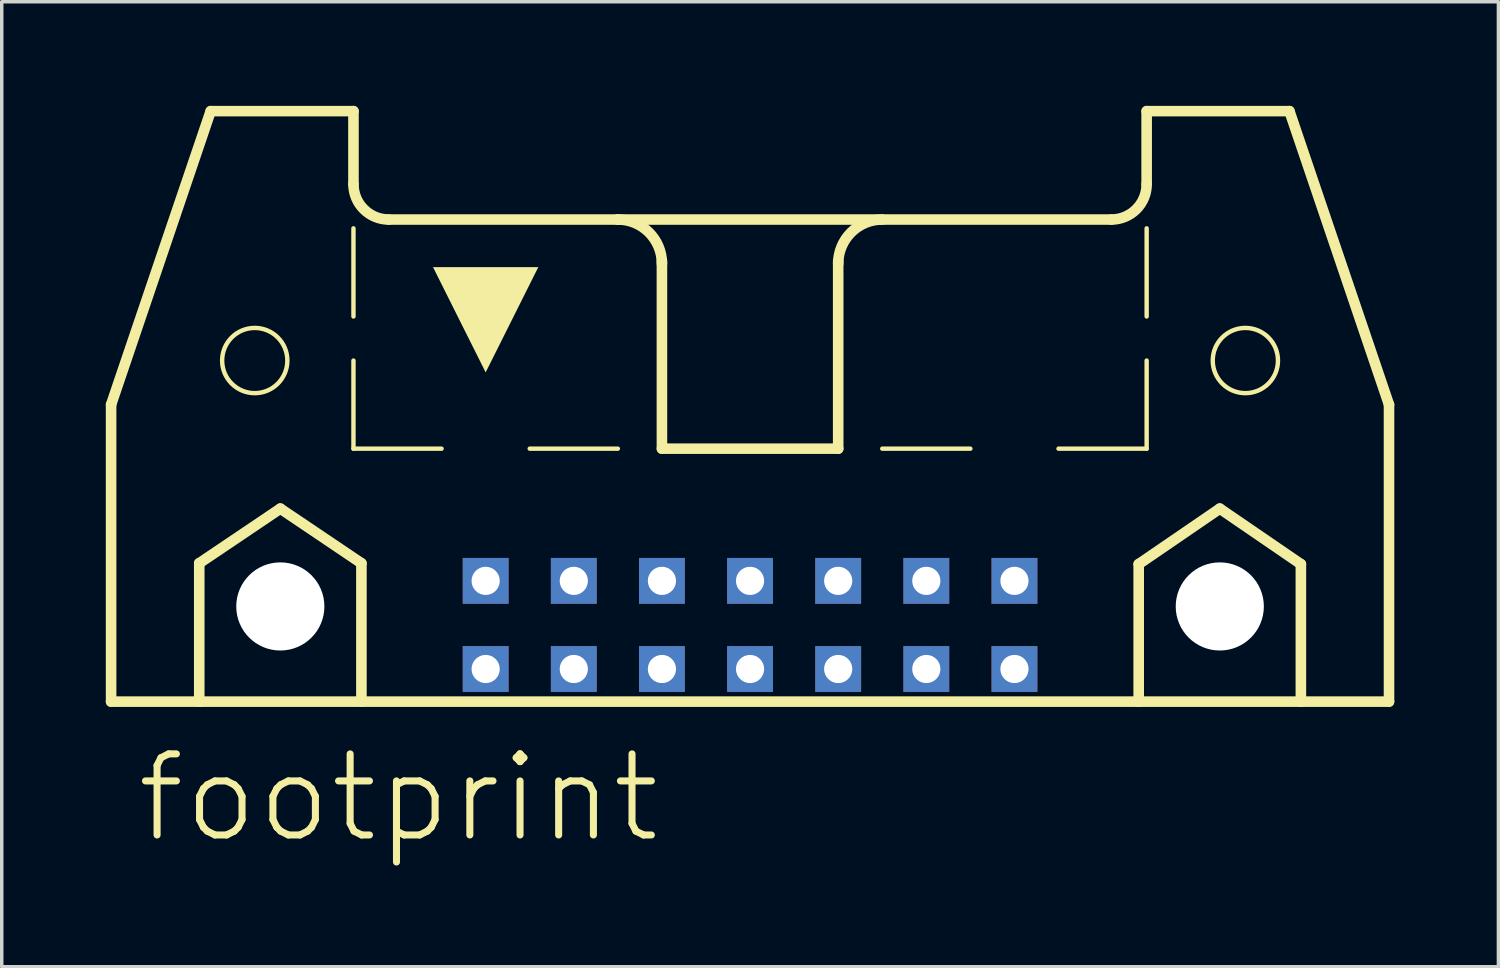
<source format=kicad_pcb>
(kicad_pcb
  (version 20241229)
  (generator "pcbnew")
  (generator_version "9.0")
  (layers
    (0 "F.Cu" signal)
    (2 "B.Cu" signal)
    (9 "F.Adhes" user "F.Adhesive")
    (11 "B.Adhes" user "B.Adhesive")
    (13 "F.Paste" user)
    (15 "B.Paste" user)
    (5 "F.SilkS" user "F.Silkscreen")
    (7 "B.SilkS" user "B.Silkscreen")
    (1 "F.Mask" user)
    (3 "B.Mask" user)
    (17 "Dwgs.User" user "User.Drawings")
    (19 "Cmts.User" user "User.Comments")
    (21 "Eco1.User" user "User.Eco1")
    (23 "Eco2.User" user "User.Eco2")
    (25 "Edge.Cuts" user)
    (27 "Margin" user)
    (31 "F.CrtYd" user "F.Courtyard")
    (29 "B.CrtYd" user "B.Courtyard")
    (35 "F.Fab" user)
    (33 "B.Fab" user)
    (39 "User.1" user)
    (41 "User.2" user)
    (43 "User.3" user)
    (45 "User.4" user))
  (footprint "footprint"
    (layer "F.Cu")
    (at 18.567 11.151)
    (property "Reference" "footprint" (at -17.78 10.16 0) (layer "F.SilkS") (effects (font (size 2.337 2.337) (thickness 0.203)) (justify left bottom)))
    (fp_line (start -18.415 -2.54) (end -18.415 6.02) (stroke (width 0.305) (type solid)) (layer "F.SilkS"))
    (fp_line (start -18.415 -2.54) (end -15.545 -10.998) (stroke (width 0.305) (type solid)) (layer "F.SilkS"))
    (fp_line (start -18.415 6.02) (end -15.875 6.02) (stroke (width 0.305) (type solid)) (layer "F.SilkS"))
    (fp_line (start -15.875 2.032) (end -13.538 0.457) (stroke (width 0.305) (type solid)) (layer "F.SilkS"))
    (fp_line (start -15.875 6.02) (end -15.875 2.032) (stroke (width 0.305) (type solid)) (layer "F.SilkS"))
    (fp_line (start -15.875 6.02) (end -11.201 6.02) (stroke (width 0.305) (type solid)) (layer "F.SilkS"))
    (fp_line (start -13.538 0.457) (end -11.201 2.032) (stroke (width 0.305) (type solid)) (layer "F.SilkS"))
    (fp_line (start -11.43 -10.998) (end -15.545 -10.998) (stroke (width 0.305) (type solid)) (layer "F.SilkS"))
    (fp_line (start -11.43 -8.89) (end -11.43 -10.998) (stroke (width 0.305) (type solid)) (layer "F.SilkS"))
    (fp_line (start -11.43 -5.08) (end -11.43 -7.62) (stroke (width 0.127) (type solid)) (layer "F.SilkS"))
    (fp_line (start -11.43 -1.27) (end -11.43 -3.81) (stroke (width 0.127) (type solid)) (layer "F.SilkS"))
    (fp_line (start -11.43 -1.27) (end -8.89 -1.27) (stroke (width 0.127) (type solid)) (layer "F.SilkS"))
    (fp_line (start -11.201 2.032) (end -11.201 6.02) (stroke (width 0.305) (type solid)) (layer "F.SilkS"))
    (fp_line (start -11.201 6.02) (end 11.201 6.02) (stroke (width 0.305) (type solid)) (layer "F.SilkS"))
    (fp_line (start -6.35 -1.27) (end -3.81 -1.27) (stroke (width 0.127) (type solid)) (layer "F.SilkS"))
    (fp_line (start -3.81 -7.874) (end -10.414 -7.874) (stroke (width 0.305) (type solid)) (layer "F.SilkS"))
    (fp_line (start -3.81 -7.874) (end 10.414 -7.874) (stroke (width 0.305) (type solid)) (layer "F.SilkS"))
    (fp_line (start -2.54 -1.27) (end -2.54 -6.68) (stroke (width 0.305) (type solid)) (layer "F.SilkS"))
    (fp_line (start 0 -1.27) (end 2.54 -1.27) (stroke (width 0.127) (type solid)) (layer "F.SilkS"))
    (fp_line (start 2.54 -1.27) (end -2.54 -1.27) (stroke (width 0.305) (type solid)) (layer "F.SilkS"))
    (fp_line (start 2.54 -1.27) (end 2.54 -6.68) (stroke (width 0.305) (type solid)) (layer "F.SilkS"))
    (fp_line (start 6.35 -1.27) (end 3.81 -1.27) (stroke (width 0.127) (type solid)) (layer "F.SilkS"))
    (fp_line (start 11.201 2.057) (end 13.538 0.457) (stroke (width 0.305) (type solid)) (layer "F.SilkS"))
    (fp_line (start 11.201 6.02) (end 11.201 2.057) (stroke (width 0.305) (type solid)) (layer "F.SilkS"))
    (fp_line (start 11.201 6.02) (end 15.875 6.02) (stroke (width 0.305) (type solid)) (layer "F.SilkS"))
    (fp_line (start 11.43 -10.998) (end 15.545 -10.998) (stroke (width 0.305) (type solid)) (layer "F.SilkS"))
    (fp_line (start 11.43 -8.89) (end 11.43 -10.998) (stroke (width 0.305) (type solid)) (layer "F.SilkS"))
    (fp_line (start 11.43 -5.08) (end 11.43 -7.62) (stroke (width 0.127) (type solid)) (layer "F.SilkS"))
    (fp_line (start 11.43 -1.27) (end 8.89 -1.27) (stroke (width 0.127) (type solid)) (layer "F.SilkS"))
    (fp_line (start 11.43 -1.27) (end 11.43 -3.81) (stroke (width 0.127) (type solid)) (layer "F.SilkS"))
    (fp_line (start 13.538 0.457) (end 15.875 2.057) (stroke (width 0.305) (type solid)) (layer "F.SilkS"))
    (fp_line (start 15.875 2.057) (end 15.875 6.02) (stroke (width 0.305) (type solid)) (layer "F.SilkS"))
    (fp_line (start 15.875 6.02) (end 18.415 6.02) (stroke (width 0.305) (type solid)) (layer "F.SilkS"))
    (fp_line (start 18.415 -2.54) (end 15.545 -10.998) (stroke (width 0.305) (type solid)) (layer "F.SilkS"))
    (fp_line (start 18.415 6.02) (end 18.415 -2.54) (stroke (width 0.305) (type solid)) (layer "F.SilkS"))
    (fp_arc (start -10.414 -7.874) (mid -11.13242 -8.17158) (end -11.43 -8.89) (stroke (width 0.3048) (type solid)) (layer "F.SilkS"))
    (fp_arc (start -3.81 -7.874) (mid -2.911974 -7.502026) (end -2.54 -6.604) (stroke (width 0.3048) (type solid)) (layer "F.SilkS"))
    (fp_arc (start 2.54 -6.604) (mid 2.911974 -7.502026) (end 3.81 -7.874) (stroke (width 0.3048) (type solid)) (layer "F.SilkS"))
    (fp_arc (start 11.43 -8.89) (mid 11.13242 -8.17158) (end 10.414 -7.874) (stroke (width 0.3048) (type solid)) (layer "F.SilkS"))
    (fp_circle (center -14.275 -3.81) (end -13.335 -3.81) (stroke (width 0.127) (type solid)) (fill no) (layer "F.SilkS"))
    (fp_circle (center 14.275 -3.81) (end 15.215 -3.81) (stroke (width 0.127) (type solid)) (fill no) (layer "F.SilkS"))
    (fp_poly (pts (xy -7.62 -3.469) (xy -9.137 -6.502) (xy -6.103 -6.502)) (stroke (width 0) (type solid)) (fill yes) (layer "F.SilkS"))
    (pad "" np_thru_hole circle (at -13.538 3.277) (size 2.54 2.54) (drill 2.54) (layers "*.Cu" "*.Mask"))
    (pad "" np_thru_hole circle (at 13.538 3.277) (size 2.54 2.54) (drill 2.54) (layers "*.Cu" "*.Mask"))
    (pad "1" thru_hole rect (at -7.62 5.08) (size 1.321 1.321) (drill 0.813) (layers "*.Cu" "*.Mask"))
    (pad "2" thru_hole rect (at -7.62 2.54) (size 1.321 1.321) (drill 0.813) (layers "*.Cu" "*.Mask"))
    (pad "3" thru_hole rect (at -5.08 5.08) (size 1.321 1.321) (drill 0.813) (layers "*.Cu" "*.Mask"))
    (pad "4" thru_hole rect (at -5.08 2.54) (size 1.321 1.321) (drill 0.813) (layers "*.Cu" "*.Mask"))
    (pad "5" thru_hole rect (at -2.54 5.08) (size 1.321 1.321) (drill 0.813) (layers "*.Cu" "*.Mask"))
    (pad "6" thru_hole rect (at -2.54 2.54) (size 1.321 1.321) (drill 0.813) (layers "*.Cu" "*.Mask"))
    (pad "7" thru_hole rect (at 0 5.08) (size 1.321 1.321) (drill 0.813) (layers "*.Cu" "*.Mask"))
    (pad "8" thru_hole rect (at 0 2.54) (size 1.321 1.321) (drill 0.813) (layers "*.Cu" "*.Mask"))
    (pad "9" thru_hole rect (at 2.54 5.08) (size 1.321 1.321) (drill 0.813) (layers "*.Cu" "*.Mask"))
    (pad "10" thru_hole rect (at 2.54 2.54) (size 1.321 1.321) (drill 0.813) (layers "*.Cu" "*.Mask"))
    (pad "11" thru_hole rect (at 5.08 5.08) (size 1.321 1.321) (drill 0.813) (layers "*.Cu" "*.Mask"))
    (pad "12" thru_hole rect (at 5.08 2.54) (size 1.321 1.321) (drill 0.813) (layers "*.Cu" "*.Mask"))
    (pad "13" thru_hole rect (at 7.62 5.08) (size 1.321 1.321) (drill 0.813) (layers "*.Cu" "*.Mask"))
    (pad "14" thru_hole rect (at 7.62 2.54) (size 1.321 1.321) (drill 0.813) (layers "*.Cu" "*.Mask"))
    (zone (net_name "") (layer "B.Cu") (hatch edge 0.508) (connect_pads) (min_thickness 0.254) (filled_areas_thickness no) (keepout (tracks not_allowed) (vias not_allowed) (pads not_allowed) (copperpour not_allowed) (footprints allowed)) (placement (enabled no)) (fill) (polygon (pts (xy 7.595 14.427) (xy 7.556 13.982) (xy 7.44 13.55) (xy 7.251 13.145) (xy 6.994 12.778) (xy 6.678 12.462) (xy 6.312 12.205) (xy 5.907 12.017) (xy 5.475 11.901) (xy 5.029 11.862) (xy 4.584 11.901) (xy 4.152 12.017) (xy 3.747 12.205) (xy 3.38 12.462) (xy 3.064 12.778) (xy 2.807 13.145) (xy 2.619 13.55) (xy 2.503 13.982) (xy 2.464 14.427) (xy 2.503 14.873) (xy 2.619 15.305) (xy 2.807 15.71) (xy 3.064 16.076) (xy 3.38 16.392) (xy 3.747 16.649) (xy 4.152 16.838) (xy 4.584 16.954) (xy 5.029 16.993) (xy 5.475 16.954) (xy 5.907 16.838) (xy 6.312 16.649) (xy 6.678 16.392) (xy 6.994 16.076) (xy 7.251 15.71) (xy 7.44 15.305) (xy 7.556 14.873))) (polygon (pts (xy 6.325 14.427) (xy 6.305 14.202) (xy 6.246 13.984) (xy 6.151 13.78) (xy 6.022 13.595) (xy 5.862 13.435) (xy 5.677 13.305) (xy 5.472 13.21) (xy 5.254 13.151) (xy 5.029 13.132) (xy 4.804 13.151) (xy 4.586 13.21) (xy 4.381 13.305) (xy 4.197 13.435) (xy 4.037 13.595) (xy 3.907 13.78) (xy 3.812 13.984) (xy 3.753 14.202) (xy 3.734 14.427) (xy 3.753 14.652) (xy 3.812 14.87) (xy 3.907 15.075) (xy 4.037 15.26) (xy 4.197 15.42) (xy 4.381 15.549) (xy 4.586 15.644) (xy 4.804 15.703) (xy 5.029 15.723) (xy 5.254 15.703) (xy 5.472 15.644) (xy 5.677 15.549) (xy 5.862 15.42) (xy 6.022 15.26) (xy 6.151 15.075) (xy 6.246 14.87) (xy 6.305 14.652))))
    (zone (net_name "") (layer "B.Cu") (hatch edge 0.508) (connect_pads) (min_thickness 0.254) (filled_areas_thickness no) (keepout (tracks not_allowed) (vias not_allowed) (pads not_allowed) (copperpour not_allowed) (footprints allowed)) (placement (enabled no)) (fill) (polygon (pts (xy 34.671 14.427) (xy 34.632 13.982) (xy 34.516 13.55) (xy 34.327 13.145) (xy 34.071 12.778) (xy 33.755 12.462) (xy 33.388 12.205) (xy 32.983 12.017) (xy 32.551 11.901) (xy 32.106 11.862) (xy 31.66 11.901) (xy 31.228 12.017) (xy 30.823 12.205) (xy 30.457 12.462) (xy 30.14 12.778) (xy 29.884 13.145) (xy 29.695 13.55) (xy 29.579 13.982) (xy 29.54 14.427) (xy 29.579 14.873) (xy 29.695 15.305) (xy 29.884 15.71) (xy 30.14 16.076) (xy 30.457 16.392) (xy 30.823 16.649) (xy 31.228 16.838) (xy 31.66 16.954) (xy 32.106 16.993) (xy 32.551 16.954) (xy 32.983 16.838) (xy 33.388 16.649) (xy 33.755 16.392) (xy 34.071 16.076) (xy 34.327 15.71) (xy 34.516 15.305) (xy 34.632 14.873))) (polygon (pts (xy 33.401 14.427) (xy 33.381 14.202) (xy 33.323 13.984) (xy 33.227 13.78) (xy 33.098 13.595) (xy 32.938 13.435) (xy 32.753 13.305) (xy 32.549 13.21) (xy 32.331 13.151) (xy 32.106 13.132) (xy 31.881 13.151) (xy 31.663 13.21) (xy 31.458 13.305) (xy 31.273 13.435) (xy 31.113 13.595) (xy 30.984 13.78) (xy 30.888 13.984) (xy 30.83 14.202) (xy 30.81 14.427) (xy 30.83 14.652) (xy 30.888 14.87) (xy 30.984 15.075) (xy 31.113 15.26) (xy 31.273 15.42) (xy 31.458 15.549) (xy 31.663 15.644) (xy 31.881 15.703) (xy 32.106 15.723) (xy 32.331 15.703) (xy 32.549 15.644) (xy 32.753 15.549) (xy 32.938 15.42) (xy 33.098 15.26) (xy 33.227 15.075) (xy 33.323 14.87) (xy 33.381 14.652)))))
  (gr_rect
    (start -3 -3)
    (end 40.135 24.811)
    (stroke (width 0.1) (type default))
    (fill no)
    (layer "Edge.Cuts")))
</source>
